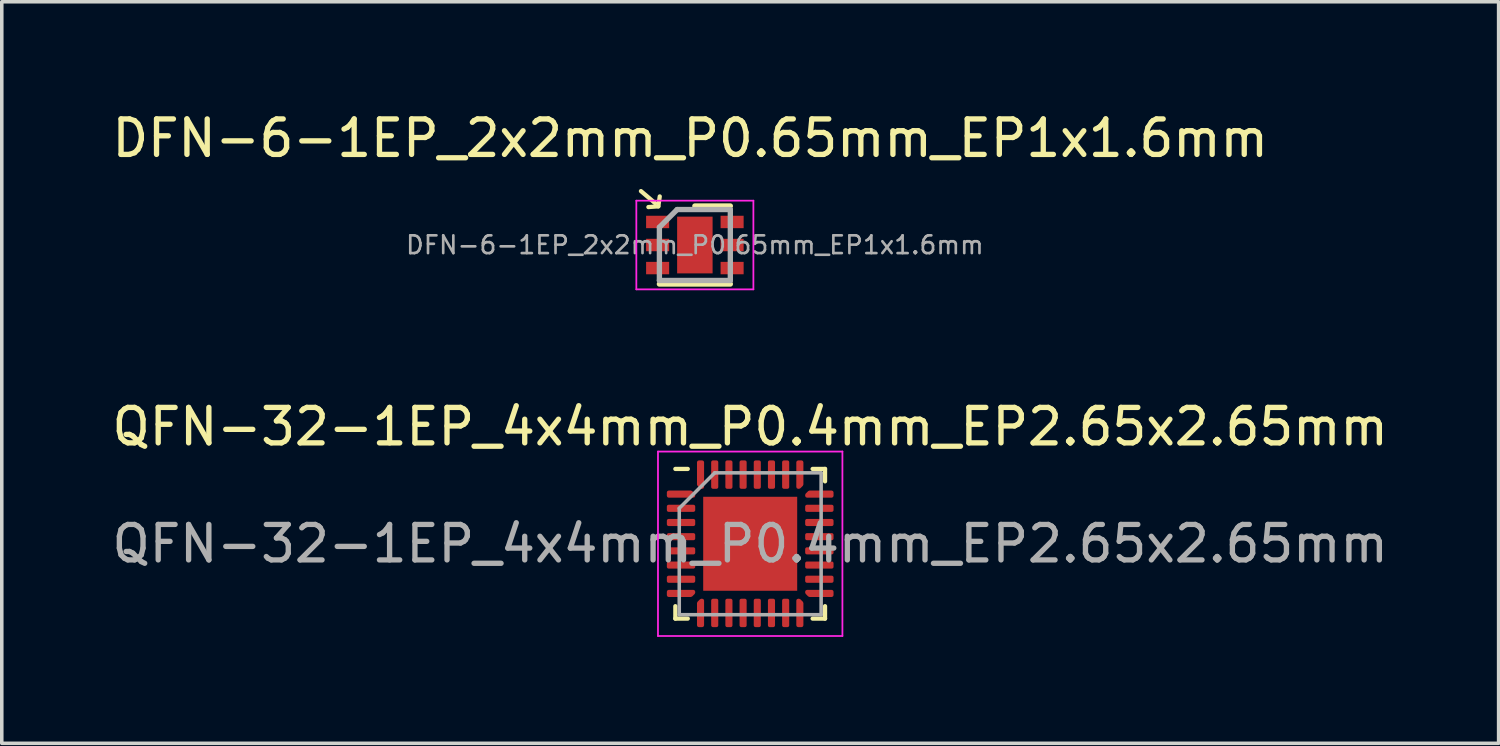
<source format=kicad_pcb>
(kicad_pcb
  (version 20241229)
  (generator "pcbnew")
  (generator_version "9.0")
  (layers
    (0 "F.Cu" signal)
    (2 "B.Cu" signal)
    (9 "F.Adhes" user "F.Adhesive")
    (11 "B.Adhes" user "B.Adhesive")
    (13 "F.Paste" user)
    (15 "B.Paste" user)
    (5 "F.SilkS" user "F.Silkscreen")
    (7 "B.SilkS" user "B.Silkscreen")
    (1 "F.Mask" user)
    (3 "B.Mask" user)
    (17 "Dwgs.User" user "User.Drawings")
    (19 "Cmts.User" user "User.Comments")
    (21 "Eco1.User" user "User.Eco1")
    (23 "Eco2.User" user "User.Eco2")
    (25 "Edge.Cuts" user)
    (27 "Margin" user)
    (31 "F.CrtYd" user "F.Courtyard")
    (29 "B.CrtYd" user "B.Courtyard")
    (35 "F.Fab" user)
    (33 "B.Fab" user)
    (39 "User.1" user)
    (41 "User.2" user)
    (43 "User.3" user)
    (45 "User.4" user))
  (footprint "DFN-6-1EP_2x2mm_P0.65mm_EP1x1.6mm"
    (layer "F.Cu")
    (at 16.541 3.858)
    (property "Reference" "DFN-6-1EP_2x2mm_P0.65mm_EP1x1.6mm" (at -0.13 -3.01 0) (layer "F.SilkS") (effects (font (size 1 1) (thickness 0.15))))
    (attr smd)
    (fp_line (start -1.52 -1.52) (end -1.12 -1.18) (stroke (width 0.12) (type default)) (layer "F.SilkS"))
    (fp_line (start -1.03 -1.09) (end -1.31 -1.07) (stroke (width 0.12) (type default)) (layer "F.SilkS"))
    (fp_line (start -1 1.1) (end 1 1.1) (stroke (width 0.15) (type solid)) (layer "F.SilkS"))
    (fp_line (start -0.99 -1.37) (end -1.03 -1.09) (stroke (width 0.12) (type default)) (layer "F.SilkS"))
    (fp_line (start 0 -1.1) (end 1 -1.1) (stroke (width 0.15) (type solid)) (layer "F.SilkS"))
    (fp_line (start -1.65 -1.25) (end -1.65 1.25) (stroke (width 0.05) (type solid)) (layer "F.CrtYd"))
    (fp_line (start -1.65 -1.25) (end 1.65 -1.25) (stroke (width 0.05) (type solid)) (layer "F.CrtYd"))
    (fp_line (start -1.65 1.25) (end 1.65 1.25) (stroke (width 0.05) (type solid)) (layer "F.CrtYd"))
    (fp_line (start 1.65 -1.25) (end 1.65 1.25) (stroke (width 0.05) (type solid)) (layer "F.CrtYd"))
    (fp_line (start -1 -0.5) (end -0.5 -1) (stroke (width 0.15) (type solid)) (layer "F.Fab"))
    (fp_line (start -1 1) (end -1 -0.5) (stroke (width 0.15) (type solid)) (layer "F.Fab"))
    (fp_line (start -0.5 -1) (end 1 -1) (stroke (width 0.15) (type solid)) (layer "F.Fab"))
    (fp_line (start 1 -1) (end 1 1) (stroke (width 0.15) (type solid)) (layer "F.Fab"))
    (fp_line (start 1 1) (end -1 1) (stroke (width 0.15) (type solid)) (layer "F.Fab"))
    (fp_text user "${REFERENCE}" (at 0 0 0) (layer "F.Fab") (effects (font (size 0.5 0.5) (thickness 0.075))))
    (pad "" smd rect (at 0 -0.4) (size 0.82 0.63) (layers "F.Paste"))
    (pad "" smd rect (at 0 0.4) (size 0.82 0.63) (layers "F.Paste"))
    (pad "1" smd rect (at -1.05 -0.65) (size 0.65 0.35) (layers "F.Cu" "F.Mask" "F.Paste"))
    (pad "2" smd rect (at -1.05 0) (size 0.65 0.35) (layers "F.Cu" "F.Mask" "F.Paste"))
    (pad "3" smd rect (at -1.05 0.65) (size 0.65 0.35) (layers "F.Cu" "F.Mask" "F.Paste"))
    (pad "4" smd rect (at 1.05 0.65) (size 0.65 0.35) (layers "F.Cu" "F.Mask" "F.Paste"))
    (pad "5" smd rect (at 1.05 0) (size 0.65 0.35) (layers "F.Cu" "F.Mask" "F.Paste"))
    (pad "6" smd rect (at 1.05 -0.65) (size 0.65 0.35) (layers "F.Cu" "F.Mask" "F.Paste"))
    (pad "7" smd rect (at 0 0) (size 1 1.6) (layers "F.Cu" "F.Mask")))
  (footprint "QFN-32-1EP_4x4mm_P0.4mm_EP2.65x2.65mm"
    (layer "F.Cu")
    (at 18.101 12.281)
    (property "Reference" "QFN-32-1EP_4x4mm_P0.4mm_EP2.65x2.65mm" (at 0 -3.3 0) (layer "F.SilkS") (effects (font (size 1 1) (thickness 0.15))))
    (attr smd)
    (fp_line (start -2.11 2.11) (end -2.11 1.76) (stroke (width 0.12) (type solid)) (layer "F.SilkS"))
    (fp_line (start -1.76 -2.11) (end -2.11 -2.11) (stroke (width 0.12) (type solid)) (layer "F.SilkS"))
    (fp_line (start -1.76 2.11) (end -2.11 2.11) (stroke (width 0.12) (type solid)) (layer "F.SilkS"))
    (fp_line (start 1.76 -2.11) (end 2.11 -2.11) (stroke (width 0.12) (type solid)) (layer "F.SilkS"))
    (fp_line (start 1.76 2.11) (end 2.11 2.11) (stroke (width 0.12) (type solid)) (layer "F.SilkS"))
    (fp_line (start 2.11 -2.11) (end 2.11 -1.76) (stroke (width 0.12) (type solid)) (layer "F.SilkS"))
    (fp_line (start 2.11 2.11) (end 2.11 1.76) (stroke (width 0.12) (type solid)) (layer "F.SilkS"))
    (fp_line (start -2.6 -2.6) (end -2.6 2.6) (stroke (width 0.05) (type solid)) (layer "F.CrtYd"))
    (fp_line (start -2.6 2.6) (end 2.6 2.6) (stroke (width 0.05) (type solid)) (layer "F.CrtYd"))
    (fp_line (start 2.6 -2.6) (end -2.6 -2.6) (stroke (width 0.05) (type solid)) (layer "F.CrtYd"))
    (fp_line (start 2.6 2.6) (end 2.6 -2.6) (stroke (width 0.05) (type solid)) (layer "F.CrtYd"))
    (fp_line (start -2 -1) (end -1 -2) (stroke (width 0.1) (type solid)) (layer "F.Fab"))
    (fp_line (start -2 2) (end -2 -1) (stroke (width 0.1) (type solid)) (layer "F.Fab"))
    (fp_line (start -1 -2) (end 2 -2) (stroke (width 0.1) (type solid)) (layer "F.Fab"))
    (fp_line (start 2 -2) (end 2 2) (stroke (width 0.1) (type solid)) (layer "F.Fab"))
    (fp_line (start 2 2) (end -2 2) (stroke (width 0.1) (type solid)) (layer "F.Fab"))
    (fp_text user "${REFERENCE}" (at 0 0 0) (layer "F.Fab") (effects (font (size 1 1) (thickness 0.15))))
    (pad "" smd roundrect (at -0.66 -0.66) (size 1.07 1.07) (layers "F.Paste") (roundrect_rratio 0.234))
    (pad "" smd roundrect (at -0.66 0.66) (size 1.07 1.07) (layers "F.Paste") (roundrect_rratio 0.234))
    (pad "" smd roundrect (at 0.66 -0.66) (size 1.07 1.07) (layers "F.Paste") (roundrect_rratio 0.234))
    (pad "" smd roundrect (at 0.66 0.66) (size 1.07 1.07) (layers "F.Paste") (roundrect_rratio 0.234))
    (pad "1" smd custom (at -1.95 -1.4) (size 0.129 0.129) (layers "F.Cu" "F.Mask" "F.Paste") (options (anchor circle)) (primitives (gr_poly (pts (xy 0.35 0.021) (xy 0.35 0.05) (xy -0.35 0.05) (xy -0.35 -0.05) (xy 0.279 -0.05)) (width 0.1) (fill yes))))
    (pad "2" smd roundrect (at -1.95 -1) (size 0.8 0.2) (layers "F.Cu" "F.Mask" "F.Paste") (roundrect_rratio 0.25))
    (pad "3" smd roundrect (at -1.95 -0.6) (size 0.8 0.2) (layers "F.Cu" "F.Mask" "F.Paste") (roundrect_rratio 0.25))
    (pad "4" smd roundrect (at -1.95 -0.2) (size 0.8 0.2) (layers "F.Cu" "F.Mask" "F.Paste") (roundrect_rratio 0.25))
    (pad "5" smd roundrect (at -1.95 0.2) (size 0.8 0.2) (layers "F.Cu" "F.Mask" "F.Paste") (roundrect_rratio 0.25))
    (pad "6" smd roundrect (at -1.95 0.6) (size 0.8 0.2) (layers "F.Cu" "F.Mask" "F.Paste") (roundrect_rratio 0.25))
    (pad "7" smd roundrect (at -1.95 1) (size 0.8 0.2) (layers "F.Cu" "F.Mask" "F.Paste") (roundrect_rratio 0.25))
    (pad "8" smd custom (at -1.95 1.4) (size 0.129 0.129) (layers "F.Cu" "F.Mask" "F.Paste") (options (anchor circle)) (primitives (gr_poly (pts (xy 0.35 -0.021) (xy 0.279 0.05) (xy -0.35 0.05) (xy -0.35 -0.05) (xy 0.35 -0.05)) (width 0.1) (fill yes))))
    (pad "9" smd custom (at -1.4 1.95) (size 0.129 0.129) (layers "F.Cu" "F.Mask" "F.Paste") (options (anchor circle)) (primitives (gr_poly (pts (xy 0.05 0.35) (xy -0.05 0.35) (xy -0.05 -0.279) (xy 0.021 -0.35) (xy 0.05 -0.35)) (width 0.1) (fill yes))))
    (pad "10" smd roundrect (at -1 1.95) (size 0.2 0.8) (layers "F.Cu" "F.Mask" "F.Paste") (roundrect_rratio 0.25))
    (pad "11" smd roundrect (at -0.6 1.95) (size 0.2 0.8) (layers "F.Cu" "F.Mask" "F.Paste") (roundrect_rratio 0.25))
    (pad "12" smd roundrect (at -0.2 1.95) (size 0.2 0.8) (layers "F.Cu" "F.Mask" "F.Paste") (roundrect_rratio 0.25))
    (pad "13" smd roundrect (at 0.2 1.95) (size 0.2 0.8) (layers "F.Cu" "F.Mask" "F.Paste") (roundrect_rratio 0.25))
    (pad "14" smd roundrect (at 0.6 1.95) (size 0.2 0.8) (layers "F.Cu" "F.Mask" "F.Paste") (roundrect_rratio 0.25))
    (pad "15" smd roundrect (at 1 1.95) (size 0.2 0.8) (layers "F.Cu" "F.Mask" "F.Paste") (roundrect_rratio 0.25))
    (pad "16" smd custom (at 1.4 1.95) (size 0.129 0.129) (layers "F.Cu" "F.Mask" "F.Paste") (options (anchor circle)) (primitives (gr_poly (pts (xy 0.05 -0.279) (xy 0.05 0.35) (xy -0.05 0.35) (xy -0.05 -0.35) (xy -0.021 -0.35)) (width 0.1) (fill yes))))
    (pad "17" smd custom (at 1.95 1.4) (size 0.129 0.129) (layers "F.Cu" "F.Mask" "F.Paste") (options (anchor circle)) (primitives (gr_poly (pts (xy 0.35 0.05) (xy -0.279 0.05) (xy -0.35 -0.021) (xy -0.35 -0.05) (xy 0.35 -0.05)) (width 0.1) (fill yes))))
    (pad "18" smd roundrect (at 1.95 1) (size 0.8 0.2) (layers "F.Cu" "F.Mask" "F.Paste") (roundrect_rratio 0.25))
    (pad "19" smd roundrect (at 1.95 0.6) (size 0.8 0.2) (layers "F.Cu" "F.Mask" "F.Paste") (roundrect_rratio 0.25))
    (pad "20" smd roundrect (at 1.95 0.2) (size 0.8 0.2) (layers "F.Cu" "F.Mask" "F.Paste") (roundrect_rratio 0.25))
    (pad "21" smd roundrect (at 1.95 -0.2) (size 0.8 0.2) (layers "F.Cu" "F.Mask" "F.Paste") (roundrect_rratio 0.25))
    (pad "22" smd roundrect (at 1.95 -0.6) (size 0.8 0.2) (layers "F.Cu" "F.Mask" "F.Paste") (roundrect_rratio 0.25))
    (pad "23" smd roundrect (at 1.95 -1) (size 0.8 0.2) (layers "F.Cu" "F.Mask" "F.Paste") (roundrect_rratio 0.25))
    (pad "24" smd custom (at 1.95 -1.4) (size 0.129 0.129) (layers "F.Cu" "F.Mask" "F.Paste") (options (anchor circle)) (primitives (gr_poly (pts (xy 0.35 0.05) (xy -0.35 0.05) (xy -0.35 0.021) (xy -0.279 -0.05) (xy 0.35 -0.05)) (width 0.1) (fill yes))))
    (pad "25" smd custom (at 1.4 -1.95) (size 0.129 0.129) (layers "F.Cu" "F.Mask" "F.Paste") (options (anchor circle)) (primitives (gr_poly (pts (xy 0.05 0.279) (xy -0.021 0.35) (xy -0.05 0.35) (xy -0.05 -0.35) (xy 0.05 -0.35)) (width 0.1) (fill yes))))
    (pad "26" smd roundrect (at 1 -1.95) (size 0.2 0.8) (layers "F.Cu" "F.Mask" "F.Paste") (roundrect_rratio 0.25))
    (pad "27" smd roundrect (at 0.6 -1.95) (size 0.2 0.8) (layers "F.Cu" "F.Mask" "F.Paste") (roundrect_rratio 0.25))
    (pad "28" smd roundrect (at 0.2 -1.95) (size 0.2 0.8) (layers "F.Cu" "F.Mask" "F.Paste") (roundrect_rratio 0.25))
    (pad "29" smd roundrect (at -0.2 -1.95) (size 0.2 0.8) (layers "F.Cu" "F.Mask" "F.Paste") (roundrect_rratio 0.25))
    (pad "30" smd roundrect (at -0.6 -1.95) (size 0.2 0.8) (layers "F.Cu" "F.Mask" "F.Paste") (roundrect_rratio 0.25))
    (pad "31" smd roundrect (at -1 -1.95) (size 0.2 0.8) (layers "F.Cu" "F.Mask" "F.Paste") (roundrect_rratio 0.25))
    (pad "32" smd custom (at -1.4 -1.95) (size 0.129 0.129) (layers "F.Cu" "F.Mask" "F.Paste") (options (anchor circle)) (primitives (gr_poly (pts (xy 0.05 0.35) (xy 0.021 0.35) (xy -0.05 0.279) (xy -0.05 -0.35) (xy 0.05 -0.35)) (width 0.1) (fill yes))))
    (pad "33" smd rect (at 0 0) (size 2.65 2.65) (layers "F.Cu" "F.Mask")))
  (gr_rect
    (start -3 -3)
    (end 39.202 17.907)
    (stroke (width 0.1) (type default))
    (fill no)
    (layer "Edge.Cuts")))
</source>
